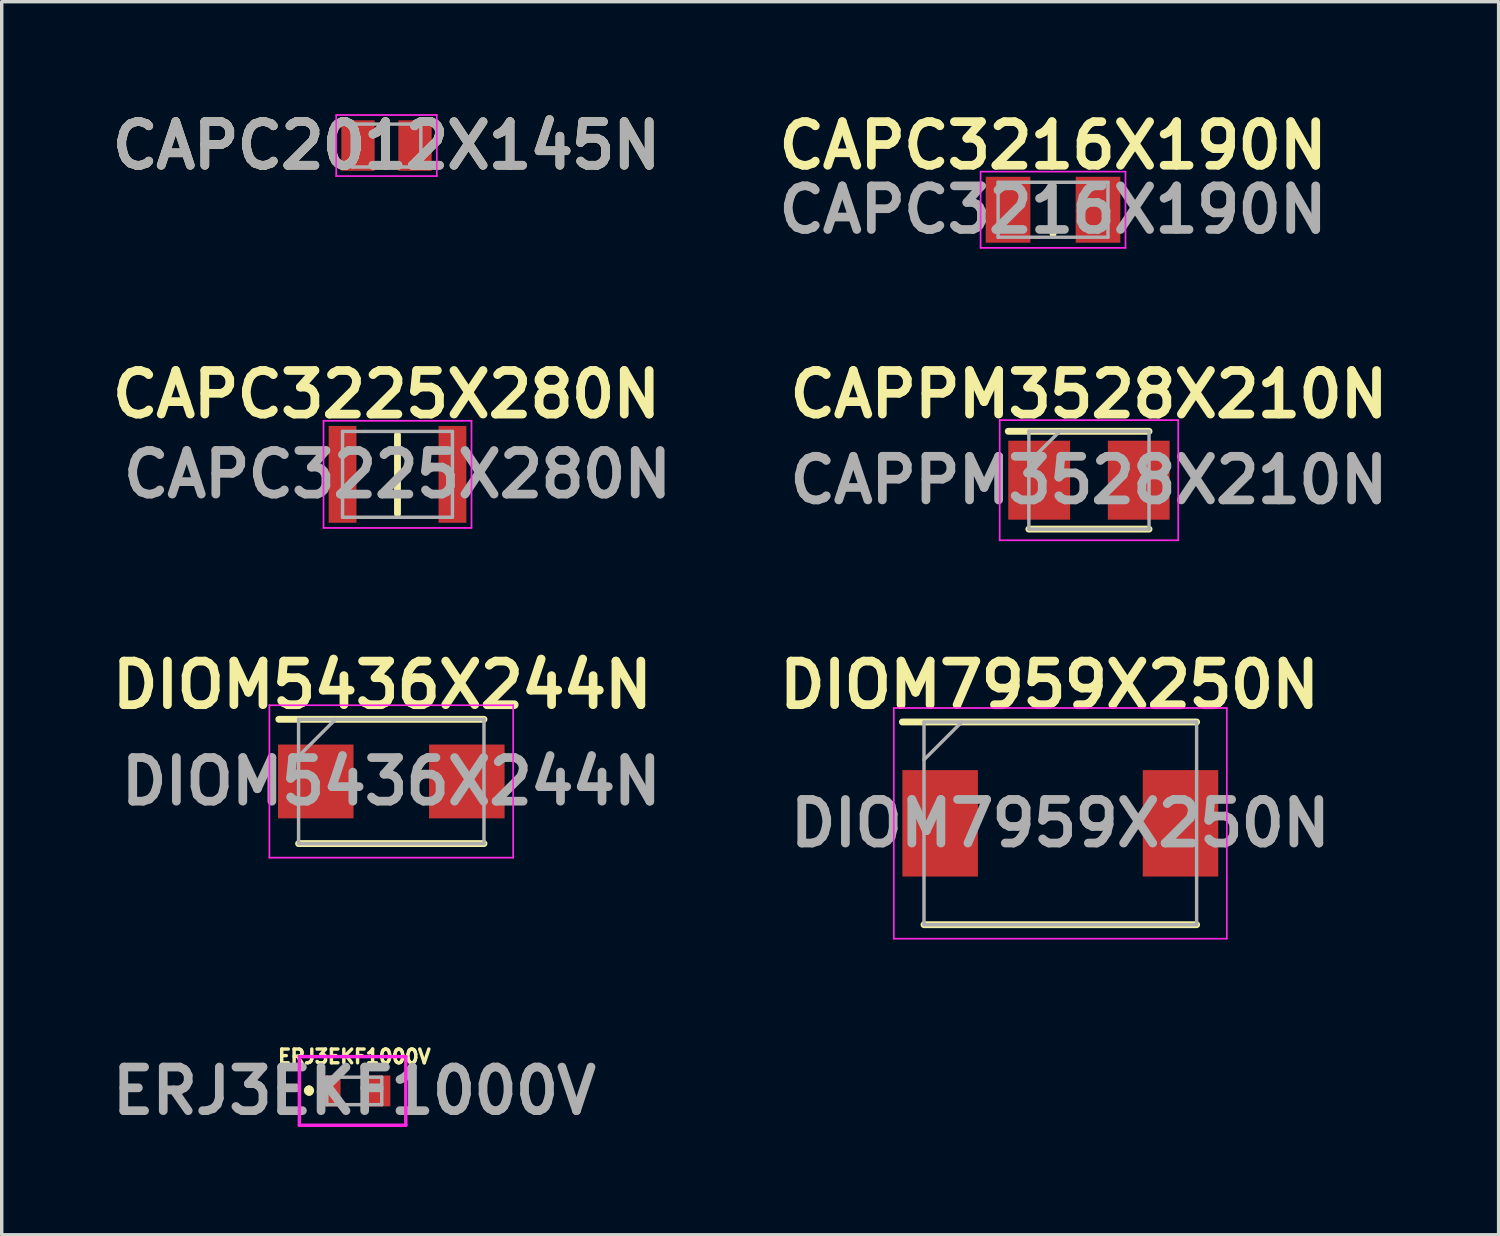
<source format=kicad_pcb>
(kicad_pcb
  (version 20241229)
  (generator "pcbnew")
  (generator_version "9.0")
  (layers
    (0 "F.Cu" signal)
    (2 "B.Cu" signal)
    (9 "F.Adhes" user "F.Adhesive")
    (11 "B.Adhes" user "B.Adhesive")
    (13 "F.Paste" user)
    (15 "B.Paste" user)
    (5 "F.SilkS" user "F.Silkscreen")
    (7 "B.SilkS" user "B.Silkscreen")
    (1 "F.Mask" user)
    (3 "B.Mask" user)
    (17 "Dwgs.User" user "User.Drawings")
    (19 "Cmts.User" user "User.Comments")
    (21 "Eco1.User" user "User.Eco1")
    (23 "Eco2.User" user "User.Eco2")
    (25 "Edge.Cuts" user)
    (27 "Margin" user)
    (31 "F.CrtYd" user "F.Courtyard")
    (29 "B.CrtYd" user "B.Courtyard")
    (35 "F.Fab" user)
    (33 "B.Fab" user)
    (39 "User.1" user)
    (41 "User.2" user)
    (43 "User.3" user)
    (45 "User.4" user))
  (footprint "CAPC3216X190N"
    (layer "F.Cu")
    (at 27.62 3.059)
    (property "Reference" "CAPC3216X190N" (at 0 -1.87 0) (layer "F.SilkS") (effects (font (size 1.27 1.27) (thickness 0.254))))
    (attr smd)
    (fp_line (start 0 -0.7) (end 0 0.7) (stroke (width 0.2) (type solid)) (layer "F.SilkS"))
    (fp_line (start -2.11 -1.11) (end 2.11 -1.11) (stroke (width 0.05) (type solid)) (layer "F.CrtYd"))
    (fp_line (start -2.11 1.11) (end -2.11 -1.11) (stroke (width 0.05) (type solid)) (layer "F.CrtYd"))
    (fp_line (start 2.11 -1.11) (end 2.11 1.11) (stroke (width 0.05) (type solid)) (layer "F.CrtYd"))
    (fp_line (start 2.11 1.11) (end -2.11 1.11) (stroke (width 0.05) (type solid)) (layer "F.CrtYd"))
    (fp_line (start -1.6 -0.8) (end 1.6 -0.8) (stroke (width 0.1) (type solid)) (layer "F.Fab"))
    (fp_line (start -1.6 0.8) (end -1.6 -0.8) (stroke (width 0.1) (type solid)) (layer "F.Fab"))
    (fp_line (start 1.6 -0.8) (end 1.6 0.8) (stroke (width 0.1) (type solid)) (layer "F.Fab"))
    (fp_line (start 1.6 0.8) (end -1.6 0.8) (stroke (width 0.1) (type solid)) (layer "F.Fab"))
    (fp_text user "${REFERENCE}" (at 0 0 0) (layer "F.Fab") (effects (font (size 1.27 1.27) (thickness 0.254))))
    (pad "1" smd rect (at -1.31 0) (size 1.3 1.92) (layers "F.Cu" "F.Mask" "F.Paste"))
    (pad "2" smd rect (at 1.31 0) (size 1.3 1.92) (layers "F.Cu" "F.Mask" "F.Paste")))
  (footprint "CAPPM3528X210N"
    (layer "F.Cu")
    (at 28.666 10.936)
    (property "Reference" "CAPPM3528X210N" (at 0 -2.5 0) (layer "F.SilkS") (effects (font (size 1.27 1.27) (thickness 0.254))))
    (attr smd)
    (fp_line (start -1.75 1.425) (end 1.75 1.425) (stroke (width 0.2) (type solid)) (layer "F.SilkS"))
    (fp_line (start 1.75 -1.425) (end -2.35 -1.425) (stroke (width 0.2) (type solid)) (layer "F.SilkS"))
    (fp_line (start -2.6 -1.75) (end 2.6 -1.75) (stroke (width 0.05) (type solid)) (layer "F.CrtYd"))
    (fp_line (start -2.6 1.75) (end -2.6 -1.75) (stroke (width 0.05) (type solid)) (layer "F.CrtYd"))
    (fp_line (start 2.6 -1.75) (end 2.6 1.75) (stroke (width 0.05) (type solid)) (layer "F.CrtYd"))
    (fp_line (start 2.6 1.75) (end -2.6 1.75) (stroke (width 0.05) (type solid)) (layer "F.CrtYd"))
    (fp_line (start -1.75 -1.425) (end 1.75 -1.425) (stroke (width 0.1) (type solid)) (layer "F.Fab"))
    (fp_line (start -1.75 -0.525) (end -0.85 -1.425) (stroke (width 0.1) (type solid)) (layer "F.Fab"))
    (fp_line (start -1.75 1.425) (end -1.75 -1.425) (stroke (width 0.1) (type solid)) (layer "F.Fab"))
    (fp_line (start 1.75 -1.425) (end 1.75 1.425) (stroke (width 0.1) (type solid)) (layer "F.Fab"))
    (fp_line (start 1.75 1.425) (end -1.75 1.425) (stroke (width 0.1) (type solid)) (layer "F.Fab"))
    (fp_text user "${REFERENCE}" (at 0 0 0) (layer "F.Fab") (effects (font (size 1.27 1.27) (thickness 0.254))))
    (pad "1" smd rect (at -1.45 0) (size 1.8 2.3) (layers "F.Cu" "F.Mask" "F.Paste"))
    (pad "2" smd rect (at 1.45 0) (size 1.8 2.3) (layers "F.Cu" "F.Mask" "F.Paste")))
  (footprint "ERJ3EKF1000V"
    (layer "F.Cu")
    (at 7.269 28.724)
    (property "Reference" "ERJ3EKF1000V" (at 0 -1 0) (layer "F.SilkS") (effects (font (size 0.4 0.4) (thickness 0.1))))
    (attr smd)
    (fp_line (start -1.32 -0.02) (end -1.32 -0.02) (stroke (width 0.2) (type solid)) (layer "F.SilkS"))
    (fp_line (start -1.32 -0.01) (end -1.32 -0.01) (stroke (width 0.2) (type solid)) (layer "F.SilkS"))
    (fp_arc (start -1.32 -0.06099) (mid -1.269258 -0.015024) (end -1.31 0.04) (stroke (width 0.2) (type solid)) (layer "F.SilkS"))
    (fp_arc (start -1.31 0.039999) (mid -1.370741 -0.004976) (end -1.32 -0.060989) (stroke (width 0.2) (type solid)) (layer "F.SilkS"))
    (fp_line (start -1.6 -1) (end 1.5 -1) (stroke (width 0.1) (type solid)) (layer "F.CrtYd"))
    (fp_line (start -1.6 1) (end -1.6 -1) (stroke (width 0.1) (type solid)) (layer "F.CrtYd"))
    (fp_line (start 1.5 -1) (end 1.5 1) (stroke (width 0.1) (type solid)) (layer "F.CrtYd"))
    (fp_line (start 1.5 1) (end -1.6 1) (stroke (width 0.1) (type solid)) (layer "F.CrtYd"))
    (fp_line (start -0.8 -0.4) (end -0.8 0.4) (stroke (width 0.1) (type solid)) (layer "F.Fab"))
    (fp_line (start -0.8 0.4) (end 0.8 0.4) (stroke (width 0.1) (type solid)) (layer "F.Fab"))
    (fp_line (start 0.8 -0.4) (end -0.8 -0.4) (stroke (width 0.1) (type solid)) (layer "F.Fab"))
    (fp_line (start 0.8 0.4) (end 0.8 -0.4) (stroke (width 0.1) (type solid)) (layer "F.Fab"))
    (fp_text user "${REFERENCE}" (at 0 0 0) (layer "F.Fab") (effects (font (size 1.27 1.27) (thickness 0.254))))
    (pad "1" smd rect (at -0.725 0) (size 0.65 0.9) (layers "F.Cu" "F.Mask" "F.Paste"))
    (pad "2" smd rect (at 0.725 0) (size 0.65 0.9) (layers "F.Cu" "F.Mask" "F.Paste")))
  (footprint "DIOM5436X244N"
    (layer "F.Cu")
    (at 8.346 19.71)
    (property "Reference" "DIOM5436X244N" (at -0.26 -2.81 0) (layer "F.SilkS") (effects (font (size 1.27 1.27) (thickness 0.254))))
    (attr smd)
    (fp_line (start -2.7 1.81) (end 2.7 1.81) (stroke (width 0.2) (type solid)) (layer "F.SilkS"))
    (fp_line (start 2.7 -1.81) (end -3.275 -1.81) (stroke (width 0.2) (type solid)) (layer "F.SilkS"))
    (fp_line (start -3.55 -2.22) (end 3.55 -2.22) (stroke (width 0.05) (type solid)) (layer "F.CrtYd"))
    (fp_line (start -3.55 2.22) (end -3.55 -2.22) (stroke (width 0.05) (type solid)) (layer "F.CrtYd"))
    (fp_line (start 3.55 -2.22) (end 3.55 2.22) (stroke (width 0.05) (type solid)) (layer "F.CrtYd"))
    (fp_line (start 3.55 2.22) (end -3.55 2.22) (stroke (width 0.05) (type solid)) (layer "F.CrtYd"))
    (fp_line (start -2.7 -1.81) (end 2.7 -1.81) (stroke (width 0.1) (type solid)) (layer "F.Fab"))
    (fp_line (start -2.7 -0.735) (end -1.625 -1.81) (stroke (width 0.1) (type solid)) (layer "F.Fab"))
    (fp_line (start -2.7 1.81) (end -2.7 -1.81) (stroke (width 0.1) (type solid)) (layer "F.Fab"))
    (fp_line (start 2.7 -1.81) (end 2.7 1.81) (stroke (width 0.1) (type solid)) (layer "F.Fab"))
    (fp_line (start 2.7 1.81) (end -2.7 1.81) (stroke (width 0.1) (type solid)) (layer "F.Fab"))
    (fp_text user "${REFERENCE}" (at 0 0 0) (layer "F.Fab") (effects (font (size 1.27 1.27) (thickness 0.254))))
    (pad "1" smd rect (at -2.2 0 90) (size 2.15 2.2) (layers "F.Cu" "F.Mask" "F.Paste"))
    (pad "2" smd rect (at 2.2 0 90) (size 2.15 2.2) (layers "F.Cu" "F.Mask" "F.Paste")))
  (footprint "CAPC2012X145N"
    (layer "F.Cu")
    (at 8.207 1.189)
    (property "Reference" "CAPC2012X145N" (at 0 0 0) (layer "F.SilkS") (effects (font (size 1.27 1.27) (thickness 0.254))))
    (attr smd)
    (fp_line (start -1.465 -0.89) (end 1.465 -0.89) (stroke (width 0.05) (type solid)) (layer "F.CrtYd"))
    (fp_line (start -1.465 0.89) (end -1.465 -0.89) (stroke (width 0.05) (type solid)) (layer "F.CrtYd"))
    (fp_line (start 1.465 -0.89) (end 1.465 0.89) (stroke (width 0.05) (type solid)) (layer "F.CrtYd"))
    (fp_line (start 1.465 0.89) (end -1.465 0.89) (stroke (width 0.05) (type solid)) (layer "F.CrtYd"))
    (fp_line (start -1 -0.625) (end 1 -0.625) (stroke (width 0.1) (type solid)) (layer "F.Fab"))
    (fp_line (start -1 0.625) (end -1 -0.625) (stroke (width 0.1) (type solid)) (layer "F.Fab"))
    (fp_line (start 1 -0.625) (end 1 0.625) (stroke (width 0.1) (type solid)) (layer "F.Fab"))
    (fp_line (start 1 0.625) (end -1 0.625) (stroke (width 0.1) (type solid)) (layer "F.Fab"))
    (fp_text user "${REFERENCE}" (at 0 0 0) (layer "F.Fab") (effects (font (size 1.27 1.27) (thickness 0.254))))
    (pad "1" smd rect (at -0.83 0) (size 0.97 1.47) (layers "F.Cu" "F.Mask" "F.Paste"))
    (pad "2" smd rect (at 0.83 0) (size 0.97 1.47) (layers "F.Cu" "F.Mask" "F.Paste")))
  (footprint "DIOM7959X250N"
    (layer "F.Cu")
    (at 27.832 20.93)
    (property "Reference" "DIOM7959X250N" (at -0.315 -4.03 0) (layer "F.SilkS") (effects (font (size 1.27 1.27) (thickness 0.254))))
    (attr smd)
    (fp_line (start -3.97 2.952) (end 3.97 2.952) (stroke (width 0.2) (type solid)) (layer "F.SilkS"))
    (fp_line (start 3.97 -2.952) (end -4.6 -2.952) (stroke (width 0.2) (type solid)) (layer "F.SilkS"))
    (fp_line (start -4.85 -3.36) (end 4.85 -3.36) (stroke (width 0.05) (type solid)) (layer "F.CrtYd"))
    (fp_line (start -4.85 3.36) (end -4.85 -3.36) (stroke (width 0.05) (type solid)) (layer "F.CrtYd"))
    (fp_line (start 4.85 -3.36) (end 4.85 3.36) (stroke (width 0.05) (type solid)) (layer "F.CrtYd"))
    (fp_line (start 4.85 3.36) (end -4.85 3.36) (stroke (width 0.05) (type solid)) (layer "F.CrtYd"))
    (fp_line (start -3.97 -2.952) (end 3.97 -2.952) (stroke (width 0.1) (type solid)) (layer "F.Fab"))
    (fp_line (start -3.97 -1.852) (end -2.87 -2.952) (stroke (width 0.1) (type solid)) (layer "F.Fab"))
    (fp_line (start -3.97 2.952) (end -3.97 -2.952) (stroke (width 0.1) (type solid)) (layer "F.Fab"))
    (fp_line (start 3.97 -2.952) (end 3.97 2.952) (stroke (width 0.1) (type solid)) (layer "F.Fab"))
    (fp_line (start 3.97 2.952) (end -3.97 2.952) (stroke (width 0.1) (type solid)) (layer "F.Fab"))
    (fp_text user "${REFERENCE}" (at 0 0 0) (layer "F.Fab") (effects (font (size 1.27 1.27) (thickness 0.254))))
    (pad "1" smd rect (at -3.5 0) (size 2.2 3.1) (layers "F.Cu" "F.Mask" "F.Paste"))
    (pad "2" smd rect (at 3.5 0) (size 2.2 3.1) (layers "F.Cu" "F.Mask" "F.Paste")))
  (footprint "CAPC3225X280N"
    (layer "F.Cu")
    (at 8.527 10.766)
    (property "Reference" "CAPC3225X280N" (at -0.32 -2.33 0) (layer "F.SilkS") (effects (font (size 1.27 1.27) (thickness 0.254))))
    (attr smd)
    (fp_line (start 0 -1.15) (end 0 1.15) (stroke (width 0.2) (type solid)) (layer "F.SilkS"))
    (fp_line (start -2.155 -1.56) (end 2.155 -1.56) (stroke (width 0.05) (type solid)) (layer "F.CrtYd"))
    (fp_line (start -2.155 1.56) (end -2.155 -1.56) (stroke (width 0.05) (type solid)) (layer "F.CrtYd"))
    (fp_line (start 2.155 -1.56) (end 2.155 1.56) (stroke (width 0.05) (type solid)) (layer "F.CrtYd"))
    (fp_line (start 2.155 1.56) (end -2.155 1.56) (stroke (width 0.05) (type solid)) (layer "F.CrtYd"))
    (fp_line (start -1.6 -1.25) (end 1.6 -1.25) (stroke (width 0.1) (type solid)) (layer "F.Fab"))
    (fp_line (start -1.6 1.25) (end -1.6 -1.25) (stroke (width 0.1) (type solid)) (layer "F.Fab"))
    (fp_line (start 1.6 -1.25) (end 1.6 1.25) (stroke (width 0.1) (type solid)) (layer "F.Fab"))
    (fp_line (start 1.6 1.25) (end -1.6 1.25) (stroke (width 0.1) (type solid)) (layer "F.Fab"))
    (fp_text user "${REFERENCE}" (at 0 0 0) (layer "F.Fab") (effects (font (size 1.27 1.27) (thickness 0.254))))
    (pad "1" smd rect (at -1.6 0) (size 0.81 2.82) (layers "F.Cu" "F.Mask" "F.Paste"))
    (pad "2" smd rect (at 1.6 0) (size 0.81 2.82) (layers "F.Cu" "F.Mask" "F.Paste")))
  (gr_rect
    (start -3 -3)
    (end 40.598 32.913)
    (stroke (width 0.1) (type default))
    (fill no)
    (layer "Edge.Cuts")))
</source>
